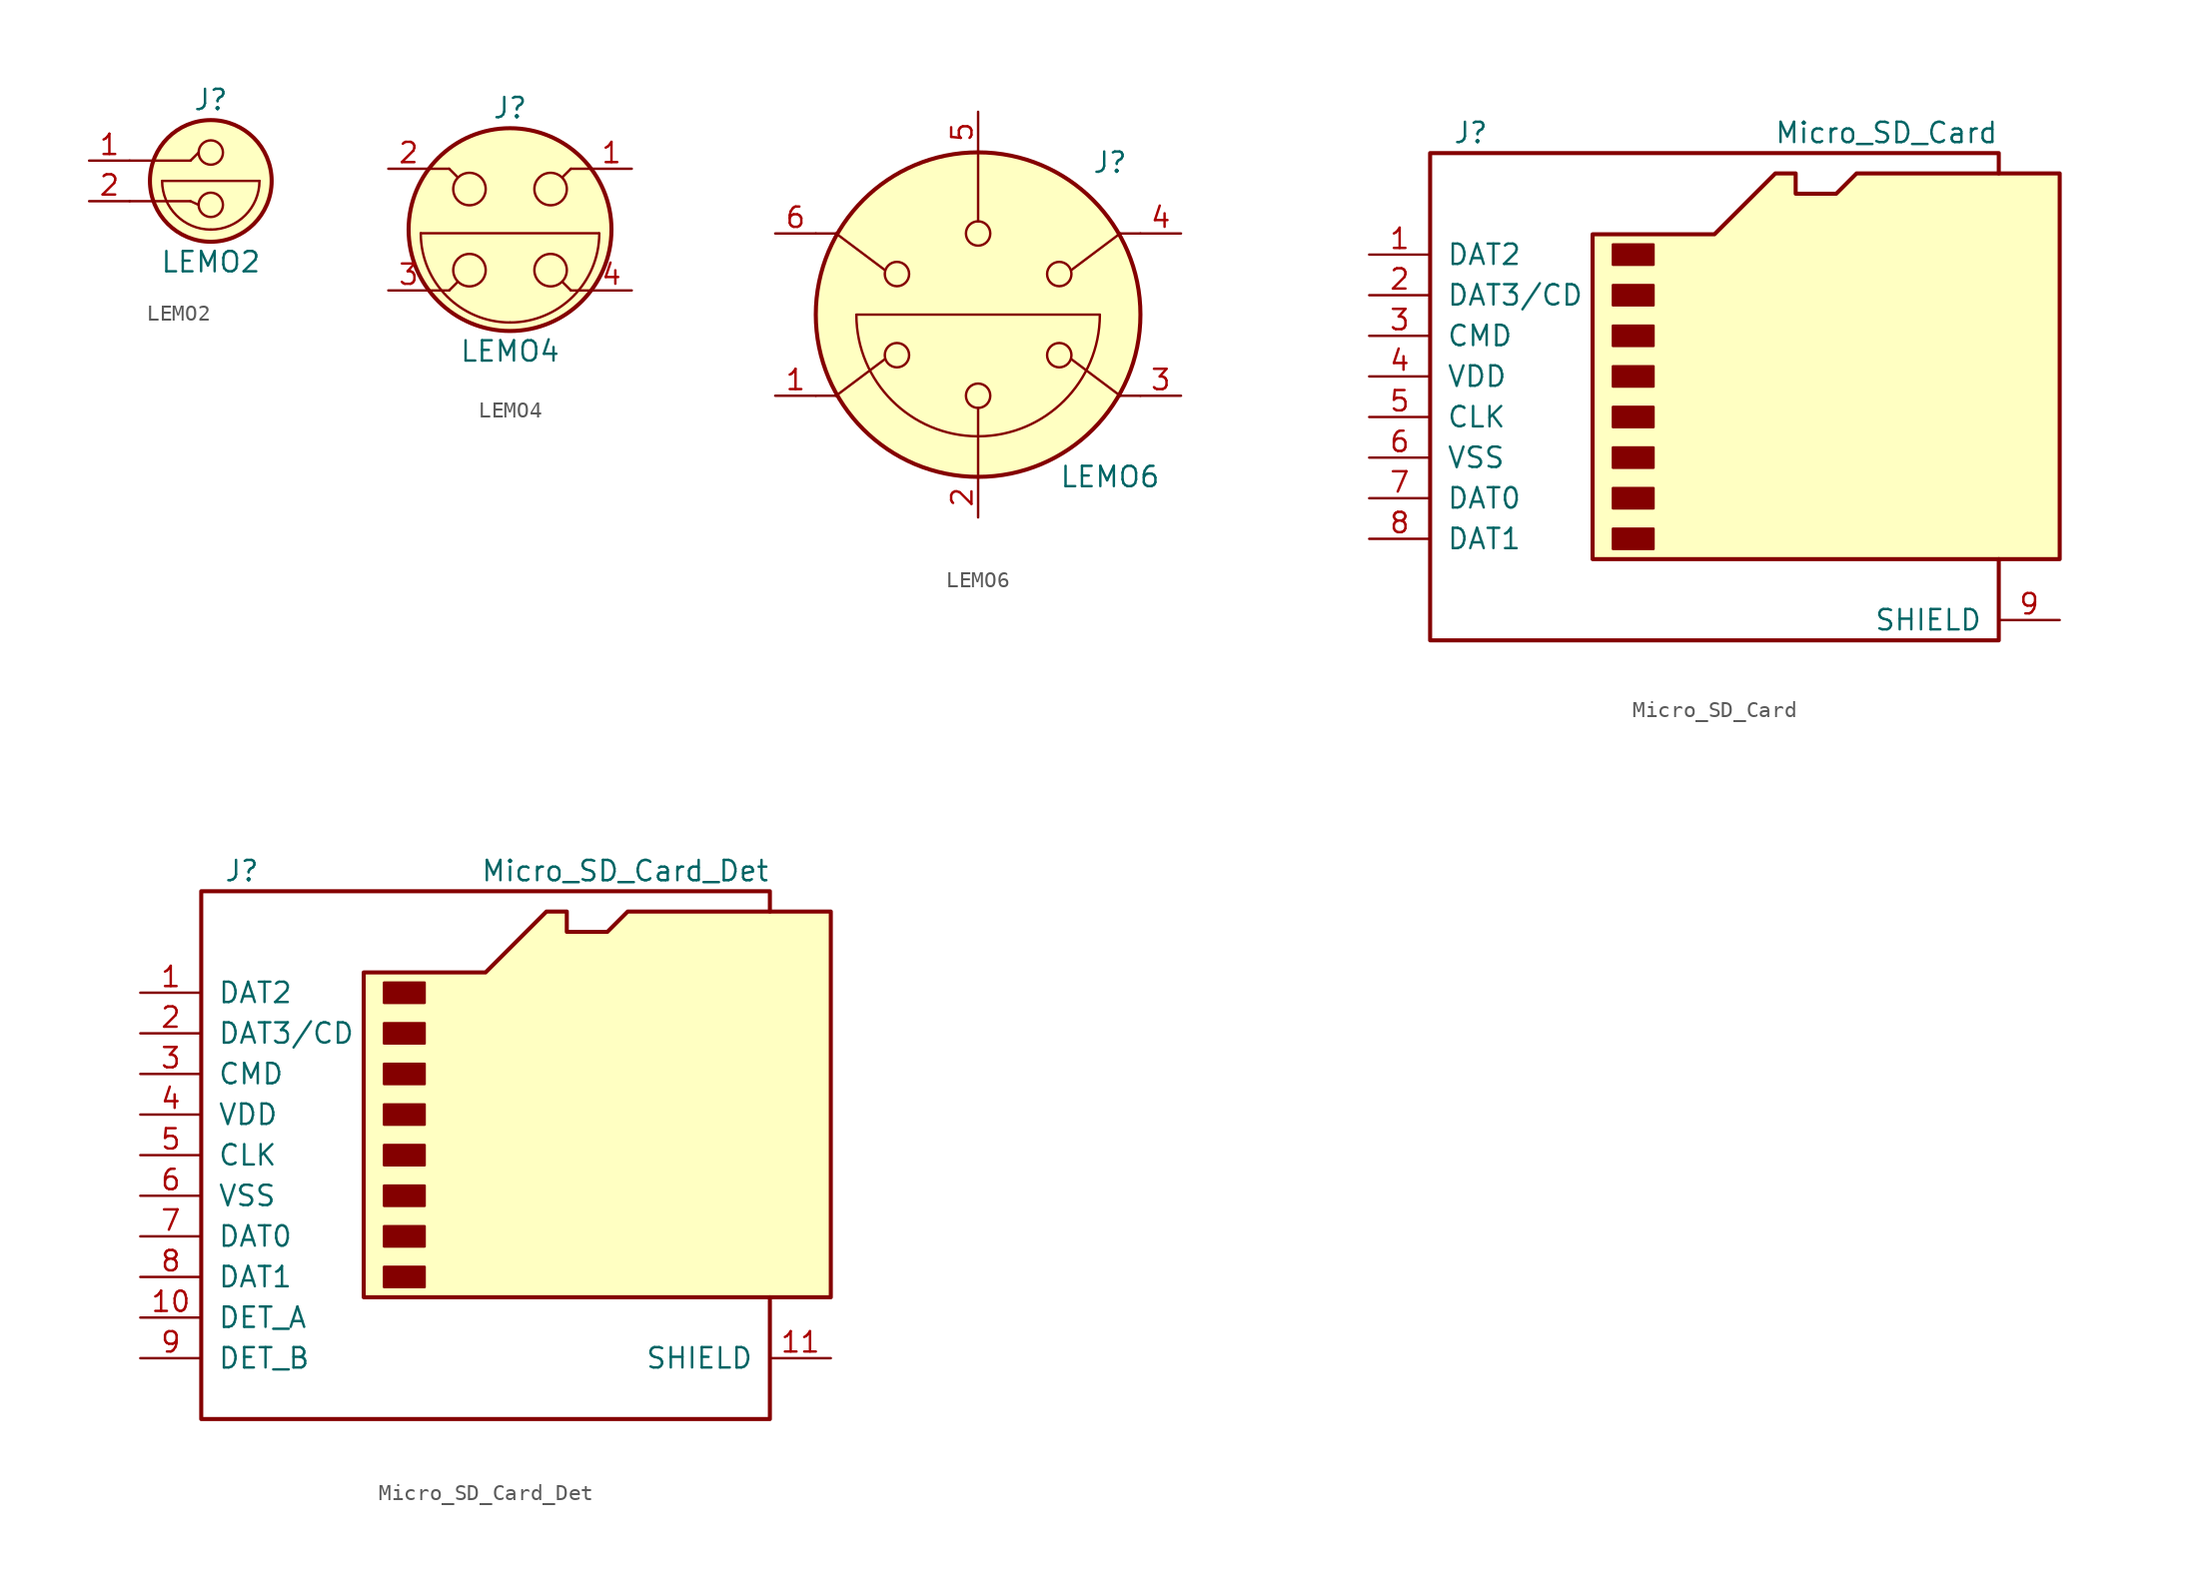
<source format=kicad_sym>
(kicad_symbol_lib
  (version 20201005)
  (generator kicad_symbol_editor)
  (symbol "LEMO2"
    (pin_names
      (offset 1.016) hide)
    (property "Reference" "J"
      (at 0 6.35 0)
      (effects (font (size 1.27 1.27))))
    (property "Value" "LEMO2"
      (at 0 -3.81 0)
      (effects (font (size 1.27 1.27))))
    (symbol "LEMO2_0_1"
      (arc (start -3.048 1.27) (end 0 -1.778) (radius (at 0 1.27) (length 3.048) (angles 179.9 -89.9)) (stroke (width 0)) (fill (type none)))
      (arc (start 3.048 1.27) (end 0 -1.778) (radius (at 0 1.27) (length 3.048) (angles -0.1 -89.9)) (stroke (width 0)) (fill (type none)))
      (circle (center 0 -0.229) (radius 0.762) (stroke (width 0)) (fill (type none)))
      (circle (center 0 1.27) (radius 3.81) (stroke (width 0.254)) (fill (type background)))
      (circle (center 0 3.048) (radius 0.762) (stroke (width 0)) (fill (type none)))
      (polyline (pts (xy -5.08 0) (xy -1.27 0)) (stroke (width 0)) (fill (type none)))
      (polyline (pts (xy -5.08 2.54) (xy -1.27 2.54)) (stroke (width 0)) (fill (type none)))
      (polyline (pts (xy -3.048 1.27) (xy 3.048 1.27)) (stroke (width 0)) (fill (type none)))
      (polyline (pts (xy -1.27 2.54) (xy -0.762 3.048)) (stroke (width 0)) (fill (type none)))
      (polyline (pts (xy -0.762 -0.229) (xy -1.27 0)) (stroke (width 0)) (fill (type none))))
    (symbol "LEMO2_1_1"
      (pin passive line (at -7.62 2.54 0) (length 2.54) (name "~" (effects (font (size 1.27 1.27)))) (number "1" (effects (font (size 1.27 1.27)))))
      (pin passive line (at -7.62 0 0) (length 2.54) (name "~" (effects (font (size 1.27 1.27)))) (number "2" (effects (font (size 1.27 1.27)))))))
  (symbol "LEMO4"
    (pin_names
      (offset 1.016) hide)
    (property "Reference" "J"
      (at 0 7.62 0)
      (effects (font (size 1.27 1.27))))
    (property "Value" "LEMO4"
      (at 0 -7.62 0)
      (effects (font (size 1.27 1.27))))
    (symbol "LEMO4_0_1"
      (arc (start -5.588 -0.2286) (end 0 -5.8166) (radius (at 0 -0.2286) (length 5.588) (angles 179.9 -89.9)) (stroke (width 0)) (fill (type none)))
      (arc (start 0 -5.8166) (end 5.588 -0.2286) (radius (at 0 -0.2286) (length 5.588) (angles -90.1 0.1)) (stroke (width 0)) (fill (type none)))
      (circle (center -2.54 -2.54) (radius 1.016) (stroke (width 0)) (fill (type none)))
      (circle (center -2.54 2.54) (radius 1.016) (stroke (width 0)) (fill (type none)))
      (circle (center 0 0) (radius 6.35) (stroke (width 0.254)) (fill (type background)))
      (circle (center 2.54 -2.54) (radius 1.016) (stroke (width 0)) (fill (type none)))
      (circle (center 2.54 2.54) (radius 1.016) (stroke (width 0)) (fill (type none)))
      (polyline (pts (xy -5.588 -0.229) (xy 5.563 -0.229)) (stroke (width 0)) (fill (type none)))
      (polyline (pts (xy -5.08 -3.81) (xy -3.81 -3.81)) (stroke (width 0)) (fill (type none)))
      (polyline (pts (xy -3.81 -3.81) (xy -3.302 -3.302)) (stroke (width 0)) (fill (type none)))
      (polyline (pts (xy -3.81 3.81) (xy -5.08 3.81)) (stroke (width 0)) (fill (type none)))
      (polyline (pts (xy -3.81 3.81) (xy -3.302 3.302)) (stroke (width 0)) (fill (type none)))
      (polyline (pts (xy 3.81 -3.81) (xy 3.302 -3.302)) (stroke (width 0)) (fill (type none)))
      (polyline (pts (xy 3.81 3.81) (xy 3.302 3.302)) (stroke (width 0)) (fill (type none)))
      (polyline (pts (xy 5.08 -3.81) (xy 3.81 -3.81)) (stroke (width 0)) (fill (type none)))
      (polyline (pts (xy 5.08 3.81) (xy 3.81 3.81)) (stroke (width 0)) (fill (type none))))
    (symbol "LEMO4_1_1"
      (pin passive line (at 7.62 3.81 180) (length 2.54) (name "~" (effects (font (size 1.27 1.27)))) (number "1" (effects (font (size 1.27 1.27)))))
      (pin passive line (at -7.62 3.81 0) (length 2.54) (name "~" (effects (font (size 1.27 1.27)))) (number "2" (effects (font (size 1.27 1.27)))))
      (pin passive line (at -7.62 -3.81 0) (length 2.54) (name "~" (effects (font (size 1.27 1.27)))) (number "3" (effects (font (size 1.27 1.27)))))
      (pin passive line (at 7.62 -3.81 180) (length 2.54) (name "~" (effects (font (size 1.27 1.27)))) (number "4" (effects (font (size 1.27 1.27)))))))
  (symbol "LEMO6"
    (pin_names
      (offset 1.016) hide)
    (property "Reference" "J"
      (at 8.255 9.525 0)
      (effects (font (size 1.27 1.27))))
    (property "Value" "LEMO6"
      (at 8.255 -10.16 0)
      (effects (font (size 1.27 1.27))))
    (symbol "LEMO6_0_1"
      (arc (start -0.0254 -7.62) (end -7.62 -0.0254) (radius (at 0 0) (length 7.62) (angles -90.1 -179.9)) (stroke (width 0)) (fill (type none)))
      (arc (start 7.62 -0.0254) (end 0.0254 -7.62) (radius (at 0 0) (length 7.62) (angles -0.1 -89.9)) (stroke (width 0)) (fill (type none)))
      (circle (center -5.08 -2.54) (radius 0.762) (stroke (width 0)) (fill (type none)))
      (circle (center -5.08 2.54) (radius 0.762) (stroke (width 0)) (fill (type none)))
      (circle (center 0 -5.08) (radius 0.762) (stroke (width 0)) (fill (type none)))
      (circle (center 0 0) (radius 10.16) (stroke (width 0.254)) (fill (type background)))
      (circle (center 0 5.08) (radius 0.762) (stroke (width 0)) (fill (type none)))
      (circle (center 5.08 -2.54) (radius 0.762) (stroke (width 0)) (fill (type none)))
      (circle (center 5.08 2.54) (radius 0.762) (stroke (width 0)) (fill (type none)))
      (polyline (pts (xy -10.16 5.08) (xy -8.89 5.08)) (stroke (width 0)) (fill (type none)))
      (polyline (pts (xy -8.89 -5.08) (xy -10.16 -5.08)) (stroke (width 0)) (fill (type none)))
      (polyline (pts (xy -8.89 -5.08) (xy -5.842 -2.794)) (stroke (width 0)) (fill (type none)))
      (polyline (pts (xy -8.89 5.08) (xy -5.842 2.794)) (stroke (width 0)) (fill (type none)))
      (polyline (pts (xy -7.62 0) (xy 7.62 0)) (stroke (width 0)) (fill (type none)))
      (polyline (pts (xy 0 -10.16) (xy 0 -5.842)) (stroke (width 0)) (fill (type none)))
      (polyline (pts (xy 0 10.16) (xy 0 5.842)) (stroke (width 0)) (fill (type none)))
      (polyline (pts (xy 8.89 -5.08) (xy 5.842 -2.794)) (stroke (width 0)) (fill (type none)))
      (polyline (pts (xy 8.89 -5.08) (xy 10.16 -5.08)) (stroke (width 0)) (fill (type none)))
      (polyline (pts (xy 8.89 5.08) (xy 5.842 2.794)) (stroke (width 0)) (fill (type none)))
      (polyline (pts (xy 10.16 5.08) (xy 8.89 5.08)) (stroke (width 0)) (fill (type none))))
    (symbol "LEMO6_1_1"
      (pin passive line (at -12.7 -5.08 0) (length 2.54) (name "~" (effects (font (size 1.27 1.27)))) (number "1" (effects (font (size 1.27 1.27)))))
      (pin passive line (at 0 -12.7 90) (length 2.54) (name "~" (effects (font (size 1.27 1.27)))) (number "2" (effects (font (size 1.27 1.27)))))
      (pin passive line (at 12.7 -5.08 180) (length 2.54) (name "~" (effects (font (size 1.27 1.27)))) (number "3" (effects (font (size 1.27 1.27)))))
      (pin passive line (at 12.7 5.08 180) (length 2.54) (name "~" (effects (font (size 1.27 1.27)))) (number "4" (effects (font (size 1.27 1.27)))))
      (pin passive line (at 0 12.7 270) (length 2.54) (name "~" (effects (font (size 1.27 1.27)))) (number "5" (effects (font (size 1.27 1.27)))))
      (pin passive line (at -12.7 5.08 0) (length 2.54) (name "~" (effects (font (size 1.27 1.27)))) (number "6" (effects (font (size 1.27 1.27)))))))
  (symbol "Micro_SD_Card"
    (pin_names
      (offset 1.016))
    (property "Reference" "J"
      (at -16.51 15.24 0)
      (effects (font (size 1.27 1.27))))
    (property "Value" "Micro_SD_Card"
      (at 16.51 15.24 0)
      (effects (font (size 1.27 1.27)) (justify right)))
    (symbol "Micro_SD_Card_0_1"
      (rectangle (start -7.62 -9.525) (end -5.08 -10.795) (stroke (width 0)) (fill (type outline)))
      (rectangle (start -7.62 -6.985) (end -5.08 -8.255) (stroke (width 0)) (fill (type outline)))
      (rectangle (start -7.62 -4.445) (end -5.08 -5.715) (stroke (width 0)) (fill (type outline)))
      (rectangle (start -7.62 -1.905) (end -5.08 -3.175) (stroke (width 0)) (fill (type outline)))
      (rectangle (start -7.62 0.635) (end -5.08 -0.635) (stroke (width 0)) (fill (type outline)))
      (rectangle (start -7.62 3.175) (end -5.08 1.905) (stroke (width 0)) (fill (type outline)))
      (rectangle (start -7.62 5.715) (end -5.08 4.445) (stroke (width 0)) (fill (type outline)))
      (rectangle (start -7.62 8.255) (end -5.08 6.985) (stroke (width 0)) (fill (type outline)))
      (polyline (pts (xy 16.51 12.7) (xy 16.51 13.97) (xy -19.05 13.97) (xy -19.05 -16.51) (xy 16.51 -16.51) (xy 16.51 -11.43)) (stroke (width 0.254)) (fill (type none)))
      (polyline (pts (xy -8.89 -11.43) (xy -8.89 8.89) (xy -1.27 8.89) (xy 2.54 12.7) (xy 3.81 12.7) (xy 3.81 11.43) (xy 6.35 11.43) (xy 7.62 12.7) (xy 20.32 12.7) (xy 20.32 -11.43) (xy -8.89 -11.43)) (stroke (width 0.254)) (fill (type background))))
    (symbol "Micro_SD_Card_1_1"
      (pin bidirectional line (at -22.86 7.62 0) (length 3.81) (name "DAT2" (effects (font (size 1.27 1.27)))) (number "1" (effects (font (size 1.27 1.27)))))
      (pin bidirectional line (at -22.86 5.08 0) (length 3.81) (name "DAT3/CD" (effects (font (size 1.27 1.27)))) (number "2" (effects (font (size 1.27 1.27)))))
      (pin input line (at -22.86 2.54 0) (length 3.81) (name "CMD" (effects (font (size 1.27 1.27)))) (number "3" (effects (font (size 1.27 1.27)))))
      (pin power_in line (at -22.86 0 0) (length 3.81) (name "VDD" (effects (font (size 1.27 1.27)))) (number "4" (effects (font (size 1.27 1.27)))))
      (pin input line (at -22.86 -2.54 0) (length 3.81) (name "CLK" (effects (font (size 1.27 1.27)))) (number "5" (effects (font (size 1.27 1.27)))))
      (pin power_in line (at -22.86 -5.08 0) (length 3.81) (name "VSS" (effects (font (size 1.27 1.27)))) (number "6" (effects (font (size 1.27 1.27)))))
      (pin bidirectional line (at -22.86 -7.62 0) (length 3.81) (name "DAT0" (effects (font (size 1.27 1.27)))) (number "7" (effects (font (size 1.27 1.27)))))
      (pin bidirectional line (at -22.86 -10.16 0) (length 3.81) (name "DAT1" (effects (font (size 1.27 1.27)))) (number "8" (effects (font (size 1.27 1.27)))))
      (pin passive line (at 20.32 -15.24 180) (length 3.81) (name "SHIELD" (effects (font (size 1.27 1.27)))) (number "9" (effects (font (size 1.27 1.27)))))))
  (symbol "Micro_SD_Card_Det"
    (pin_names
      (offset 1.016))
    (property "Reference" "J"
      (at -16.51 17.78 0)
      (effects (font (size 1.27 1.27))))
    (property "Value" "Micro_SD_Card_Det"
      (at 16.51 17.78 0)
      (effects (font (size 1.27 1.27)) (justify right)))
    (symbol "Micro_SD_Card_Det_0_1"
      (rectangle (start -7.62 -6.985) (end -5.08 -8.255) (stroke (width 0)) (fill (type outline)))
      (rectangle (start -7.62 -4.445) (end -5.08 -5.715) (stroke (width 0)) (fill (type outline)))
      (rectangle (start -7.62 -1.905) (end -5.08 -3.175) (stroke (width 0)) (fill (type outline)))
      (rectangle (start -7.62 0.635) (end -5.08 -0.635) (stroke (width 0)) (fill (type outline)))
      (rectangle (start -7.62 3.175) (end -5.08 1.905) (stroke (width 0)) (fill (type outline)))
      (rectangle (start -7.62 5.715) (end -5.08 4.445) (stroke (width 0)) (fill (type outline)))
      (rectangle (start -7.62 8.255) (end -5.08 6.985) (stroke (width 0)) (fill (type outline)))
      (rectangle (start -7.62 10.795) (end -5.08 9.525) (stroke (width 0)) (fill (type outline)))
      (polyline (pts (xy 16.51 15.24) (xy 16.51 16.51) (xy -19.05 16.51) (xy -19.05 -16.51) (xy 16.51 -16.51) (xy 16.51 -8.89)) (stroke (width 0.254)) (fill (type none)))
      (polyline (pts (xy -8.89 -8.89) (xy -8.89 11.43) (xy -1.27 11.43) (xy 2.54 15.24) (xy 3.81 15.24) (xy 3.81 13.97) (xy 6.35 13.97) (xy 7.62 15.24) (xy 20.32 15.24) (xy 20.32 -8.89) (xy -8.89 -8.89)) (stroke (width 0.254)) (fill (type background))))
    (symbol "Micro_SD_Card_Det_1_1"
      (pin bidirectional line (at -22.86 10.16 0) (length 3.81) (name "DAT2" (effects (font (size 1.27 1.27)))) (number "1" (effects (font (size 1.27 1.27)))))
      (pin passive line (at -22.86 -10.16 0) (length 3.81) (name "DET_A" (effects (font (size 1.27 1.27)))) (number "10" (effects (font (size 1.27 1.27)))))
      (pin passive line (at 20.32 -12.7 180) (length 3.81) (name "SHIELD" (effects (font (size 1.27 1.27)))) (number "11" (effects (font (size 1.27 1.27)))))
      (pin bidirectional line (at -22.86 7.62 0) (length 3.81) (name "DAT3/CD" (effects (font (size 1.27 1.27)))) (number "2" (effects (font (size 1.27 1.27)))))
      (pin input line (at -22.86 5.08 0) (length 3.81) (name "CMD" (effects (font (size 1.27 1.27)))) (number "3" (effects (font (size 1.27 1.27)))))
      (pin power_in line (at -22.86 2.54 0) (length 3.81) (name "VDD" (effects (font (size 1.27 1.27)))) (number "4" (effects (font (size 1.27 1.27)))))
      (pin input line (at -22.86 0 0) (length 3.81) (name "CLK" (effects (font (size 1.27 1.27)))) (number "5" (effects (font (size 1.27 1.27)))))
      (pin power_in line (at -22.86 -2.54 0) (length 3.81) (name "VSS" (effects (font (size 1.27 1.27)))) (number "6" (effects (font (size 1.27 1.27)))))
      (pin bidirectional line (at -22.86 -5.08 0) (length 3.81) (name "DAT0" (effects (font (size 1.27 1.27)))) (number "7" (effects (font (size 1.27 1.27)))))
      (pin bidirectional line (at -22.86 -7.62 0) (length 3.81) (name "DAT1" (effects (font (size 1.27 1.27)))) (number "8" (effects (font (size 1.27 1.27)))))
      (pin passive line (at -22.86 -12.7 0) (length 3.81) (name "DET_B" (effects (font (size 1.27 1.27)))) (number "9" (effects (font (size 1.27 1.27))))))))
</source>
